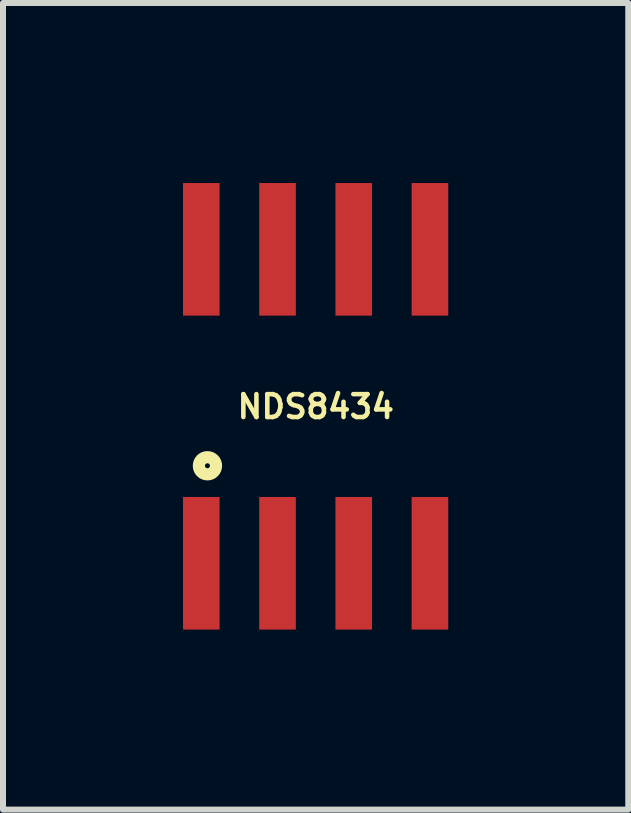
<source format=kicad_pcb>
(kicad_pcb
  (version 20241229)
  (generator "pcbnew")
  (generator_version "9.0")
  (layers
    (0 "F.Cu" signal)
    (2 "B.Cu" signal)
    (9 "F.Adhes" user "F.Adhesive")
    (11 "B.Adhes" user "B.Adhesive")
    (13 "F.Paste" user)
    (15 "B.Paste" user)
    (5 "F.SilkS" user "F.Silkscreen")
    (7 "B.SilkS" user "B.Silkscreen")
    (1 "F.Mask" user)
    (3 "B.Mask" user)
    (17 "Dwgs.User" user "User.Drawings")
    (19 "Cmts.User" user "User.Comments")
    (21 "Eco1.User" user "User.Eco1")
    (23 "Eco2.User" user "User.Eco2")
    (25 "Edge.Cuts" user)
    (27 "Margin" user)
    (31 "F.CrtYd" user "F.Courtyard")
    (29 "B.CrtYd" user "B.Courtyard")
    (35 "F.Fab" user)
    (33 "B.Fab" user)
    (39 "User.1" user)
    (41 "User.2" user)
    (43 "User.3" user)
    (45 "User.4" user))
  (footprint "NDS8434"
    (layer "F.Cu")
    (at 2.21 3.721)
    (property "Reference" "NDS8434" (at 0.002 0.006 0) (layer "F.SilkS") (effects (font (size 0.381 0.381) (thickness 0.076))))
    (attr smd)
    (fp_circle (center -1.803 0.991) (end -1.66 0.991) (stroke (width 0.203) (type solid)) (fill no) (layer "F.SilkS"))
    (fp_poly (pts (xy -2.087 1.854) (xy -1.727 1.854) (xy -1.727 2.876) (xy -2.087 2.876)) (stroke (width 0.1) (type solid)) (fill no) (layer "Eco2.User"))
    (fp_poly (pts (xy -2.084 -2.87) (xy -1.727 -2.87) (xy -1.727 -1.855) (xy -2.084 -1.855)) (stroke (width 0.1) (type solid)) (fill no) (layer "Eco2.User"))
    (fp_poly (pts (xy -0.813 -2.87) (xy -0.457 -2.87) (xy -0.457 -1.855) (xy -0.813 -1.855)) (stroke (width 0.1) (type solid)) (fill no) (layer "Eco2.User"))
    (fp_poly (pts (xy -0.813 1.854) (xy -0.457 1.854) (xy -0.457 2.872) (xy -0.813 2.872)) (stroke (width 0.1) (type solid)) (fill no) (layer "Eco2.User"))
    (fp_poly (pts (xy 0.457 -2.87) (xy 0.813 -2.87) (xy 0.813 -1.855) (xy 0.457 -1.855)) (stroke (width 0.1) (type solid)) (fill no) (layer "Eco2.User"))
    (fp_poly (pts (xy 0.458 1.854) (xy 0.813 1.854) (xy 0.813 2.872) (xy 0.458 2.872)) (stroke (width 0.1) (type solid)) (fill no) (layer "Eco2.User"))
    (fp_poly (pts (xy 1.728 1.854) (xy 2.083 1.854) (xy 2.083 2.871) (xy 1.728 2.871)) (stroke (width 0.1) (type solid)) (fill no) (layer "Eco2.User"))
    (fp_poly (pts (xy 1.73 -2.87) (xy 2.083 -2.87) (xy 2.083 -1.857) (xy 1.73 -1.857)) (stroke (width 0.1) (type solid)) (fill no) (layer "Eco2.User"))
    (pad "1" smd rect (at -1.905 2.616) (size 0.61 2.21) (layers "F.Cu" "F.Mask" "F.Paste"))
    (pad "2" smd rect (at -0.635 2.616) (size 0.61 2.21) (layers "F.Cu" "F.Mask" "F.Paste"))
    (pad "3" smd rect (at 0.635 2.616) (size 0.61 2.21) (layers "F.Cu" "F.Mask" "F.Paste"))
    (pad "4" smd rect (at 1.905 2.616) (size 0.61 2.21) (layers "F.Cu" "F.Mask" "F.Paste"))
    (pad "5" smd rect (at 1.905 -2.616) (size 0.61 2.21) (layers "F.Cu" "F.Mask" "F.Paste"))
    (pad "6" smd rect (at 0.635 -2.616) (size 0.61 2.21) (layers "F.Cu" "F.Mask" "F.Paste"))
    (pad "7" smd rect (at -0.635 -2.616) (size 0.61 2.21) (layers "F.Cu" "F.Mask" "F.Paste"))
    (pad "8" smd rect (at -1.905 -2.616) (size 0.61 2.21) (layers "F.Cu" "F.Mask" "F.Paste")))
  (gr_rect
    (start -3 -3)
    (end 7.42 10.442)
    (stroke (width 0.1) (type default))
    (fill no)
    (layer "Edge.Cuts")))
</source>
